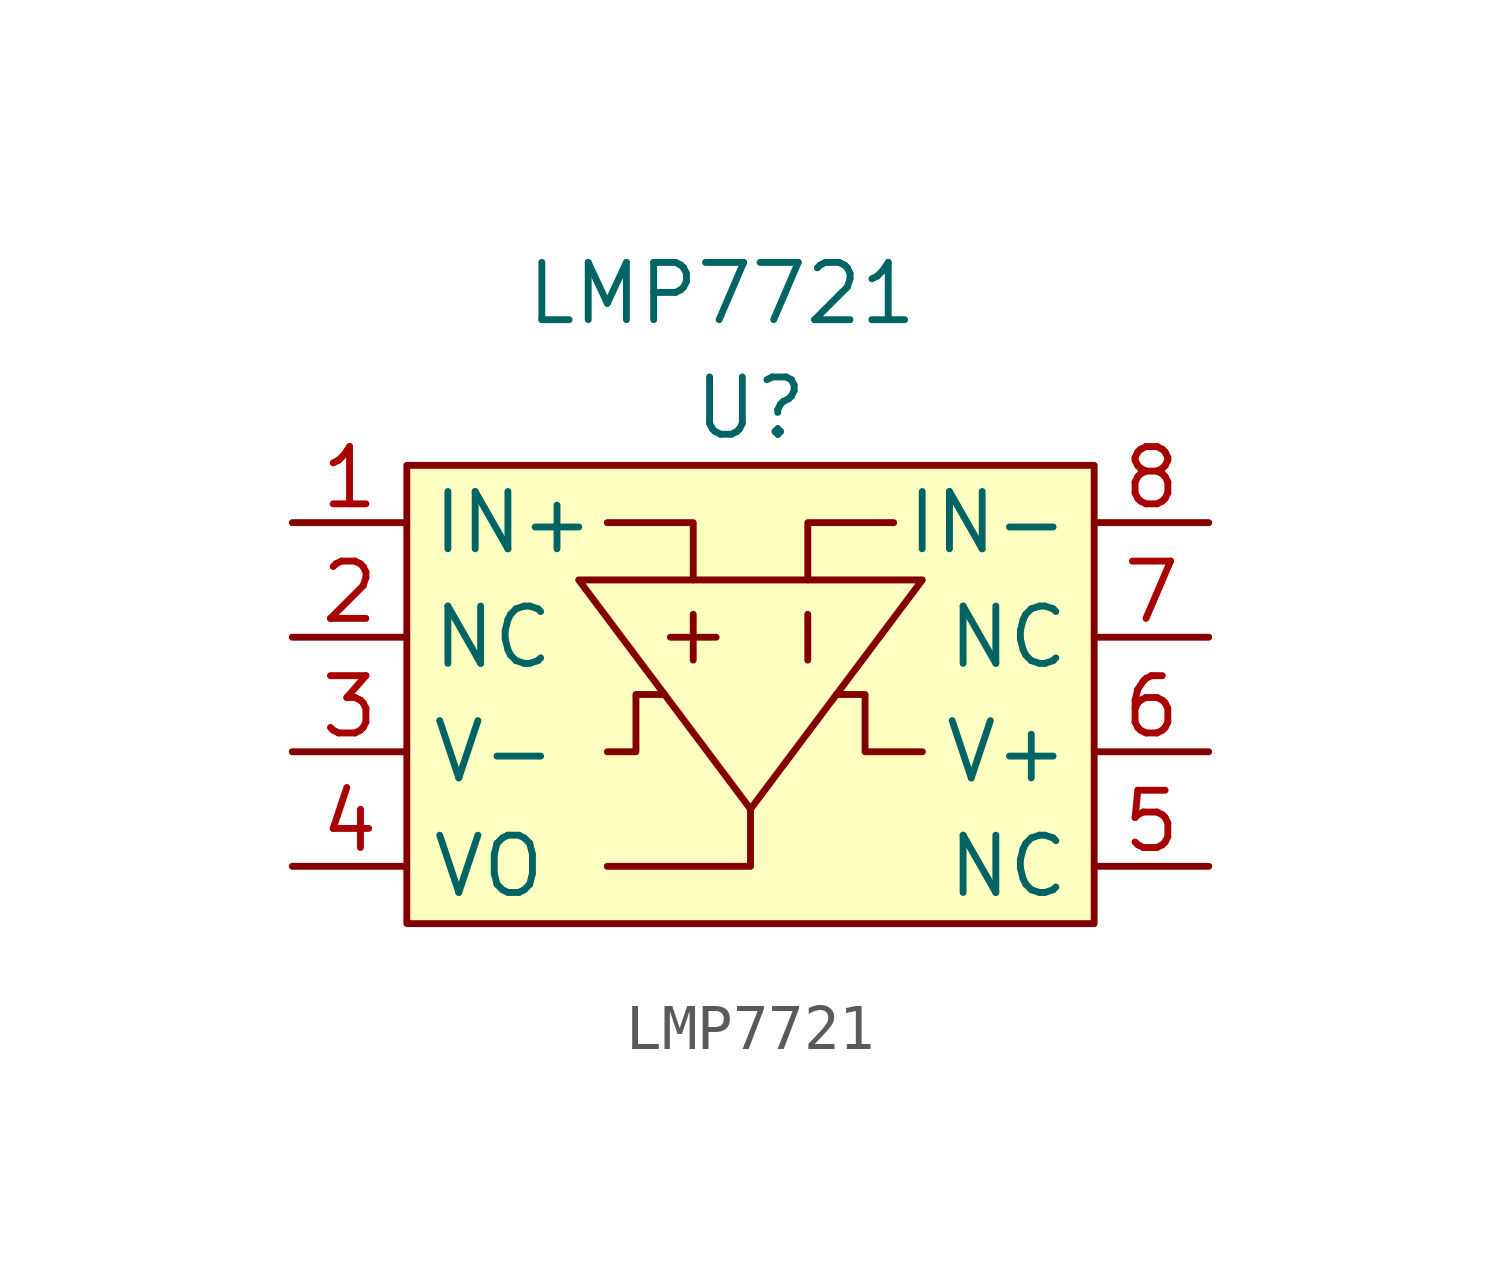
<source format=kicad_sym>
(kicad_symbol_lib
  (version 20211014)
  (generator kicad_symbol_editor)
  (symbol "LMP7721"
    (property "Reference" "U"
      (at 0 6.35 0)
      (effects (font (size 1.27 1.27))))
    (property "Value" "LMP7721"
      (at -0.635 8.89 0)
      (effects (font (size 1.27 1.27))))
    (symbol "LMP7721_0_1"
      (rectangle (start -7.62 5.08) (end 7.62 -5.08) (stroke (width 0) (type default) (color 0 0 0 0)) (fill (type background)))
      (polyline (pts (xy -1.778 1.27) (xy -0.762 1.27)) (stroke (width 0) (type default) (color 0 0 0 0)) (fill (type none)))
      (polyline (pts (xy -1.27 1.778) (xy -1.27 0.762)) (stroke (width 0) (type default) (color 0 0 0 0)) (fill (type none)))
      (polyline (pts (xy 1.27 1.778) (xy 1.27 0.762)) (stroke (width 0) (type default) (color 0 0 0 0)) (fill (type none)))
      (polyline (pts (xy -1.27 2.54) (xy -1.27 3.81) (xy -3.175 3.81)) (stroke (width 0) (type default) (color 0 0 0 0)) (fill (type none)))
      (polyline (pts (xy 0 -2.54) (xy 0 -3.81) (xy -3.175 -3.81)) (stroke (width 0) (type default) (color 0 0 0 0)) (fill (type none)))
      (polyline (pts (xy 1.27 2.54) (xy 1.27 3.81) (xy 3.175 3.81)) (stroke (width 0) (type default) (color 0 0 0 0)) (fill (type none)))
      (polyline (pts (xy -3.81 2.54) (xy 3.81 2.54) (xy 0 -2.54) (xy -3.81 2.54)) (stroke (width 0) (type default) (color 0 0 0 0)) (fill (type none)))
      (polyline (pts (xy -1.905 0) (xy -2.54 0) (xy -2.54 -1.27) (xy -3.175 -1.27)) (stroke (width 0) (type default) (color 0 0 0 0)) (fill (type none)))
      (polyline (pts (xy 1.905 0) (xy 2.54 0) (xy 2.54 -1.27) (xy 3.81 -1.27)) (stroke (width 0) (type default) (color 0 0 0 0)) (fill (type none))))
    (symbol "LMP7721_1_1"
      (pin input line (at -10.16 3.81 0) (length 2.54) (name "IN+" (effects (font (size 1.27 1.27)))) (number "1" (effects (font (size 1.27 1.27)))))
      (pin input line (at -10.16 1.27 0) (length 2.54) (name "NC" (effects (font (size 1.27 1.27)))) (number "2" (effects (font (size 1.27 1.27)))))
      (pin input line (at -10.16 -1.27 0) (length 2.54) (name "V-" (effects (font (size 1.27 1.27)))) (number "3" (effects (font (size 1.27 1.27)))))
      (pin input line (at -10.16 -3.81 0) (length 2.54) (name "VO" (effects (font (size 1.27 1.27)))) (number "4" (effects (font (size 1.27 1.27)))))
      (pin input line (at 10.16 -3.81 180) (length 2.54) (name "NC" (effects (font (size 1.27 1.27)))) (number "5" (effects (font (size 1.27 1.27)))))
      (pin input line (at 10.16 -1.27 180) (length 2.54) (name "V+" (effects (font (size 1.27 1.27)))) (number "6" (effects (font (size 1.27 1.27)))))
      (pin input line (at 10.16 1.27 180) (length 2.54) (name "NC" (effects (font (size 1.27 1.27)))) (number "7" (effects (font (size 1.27 1.27)))))
      (pin input line (at 10.16 3.81 180) (length 2.54) (name "IN-" (effects (font (size 1.27 1.27)))) (number "8" (effects (font (size 1.27 1.27))))))))
</source>
